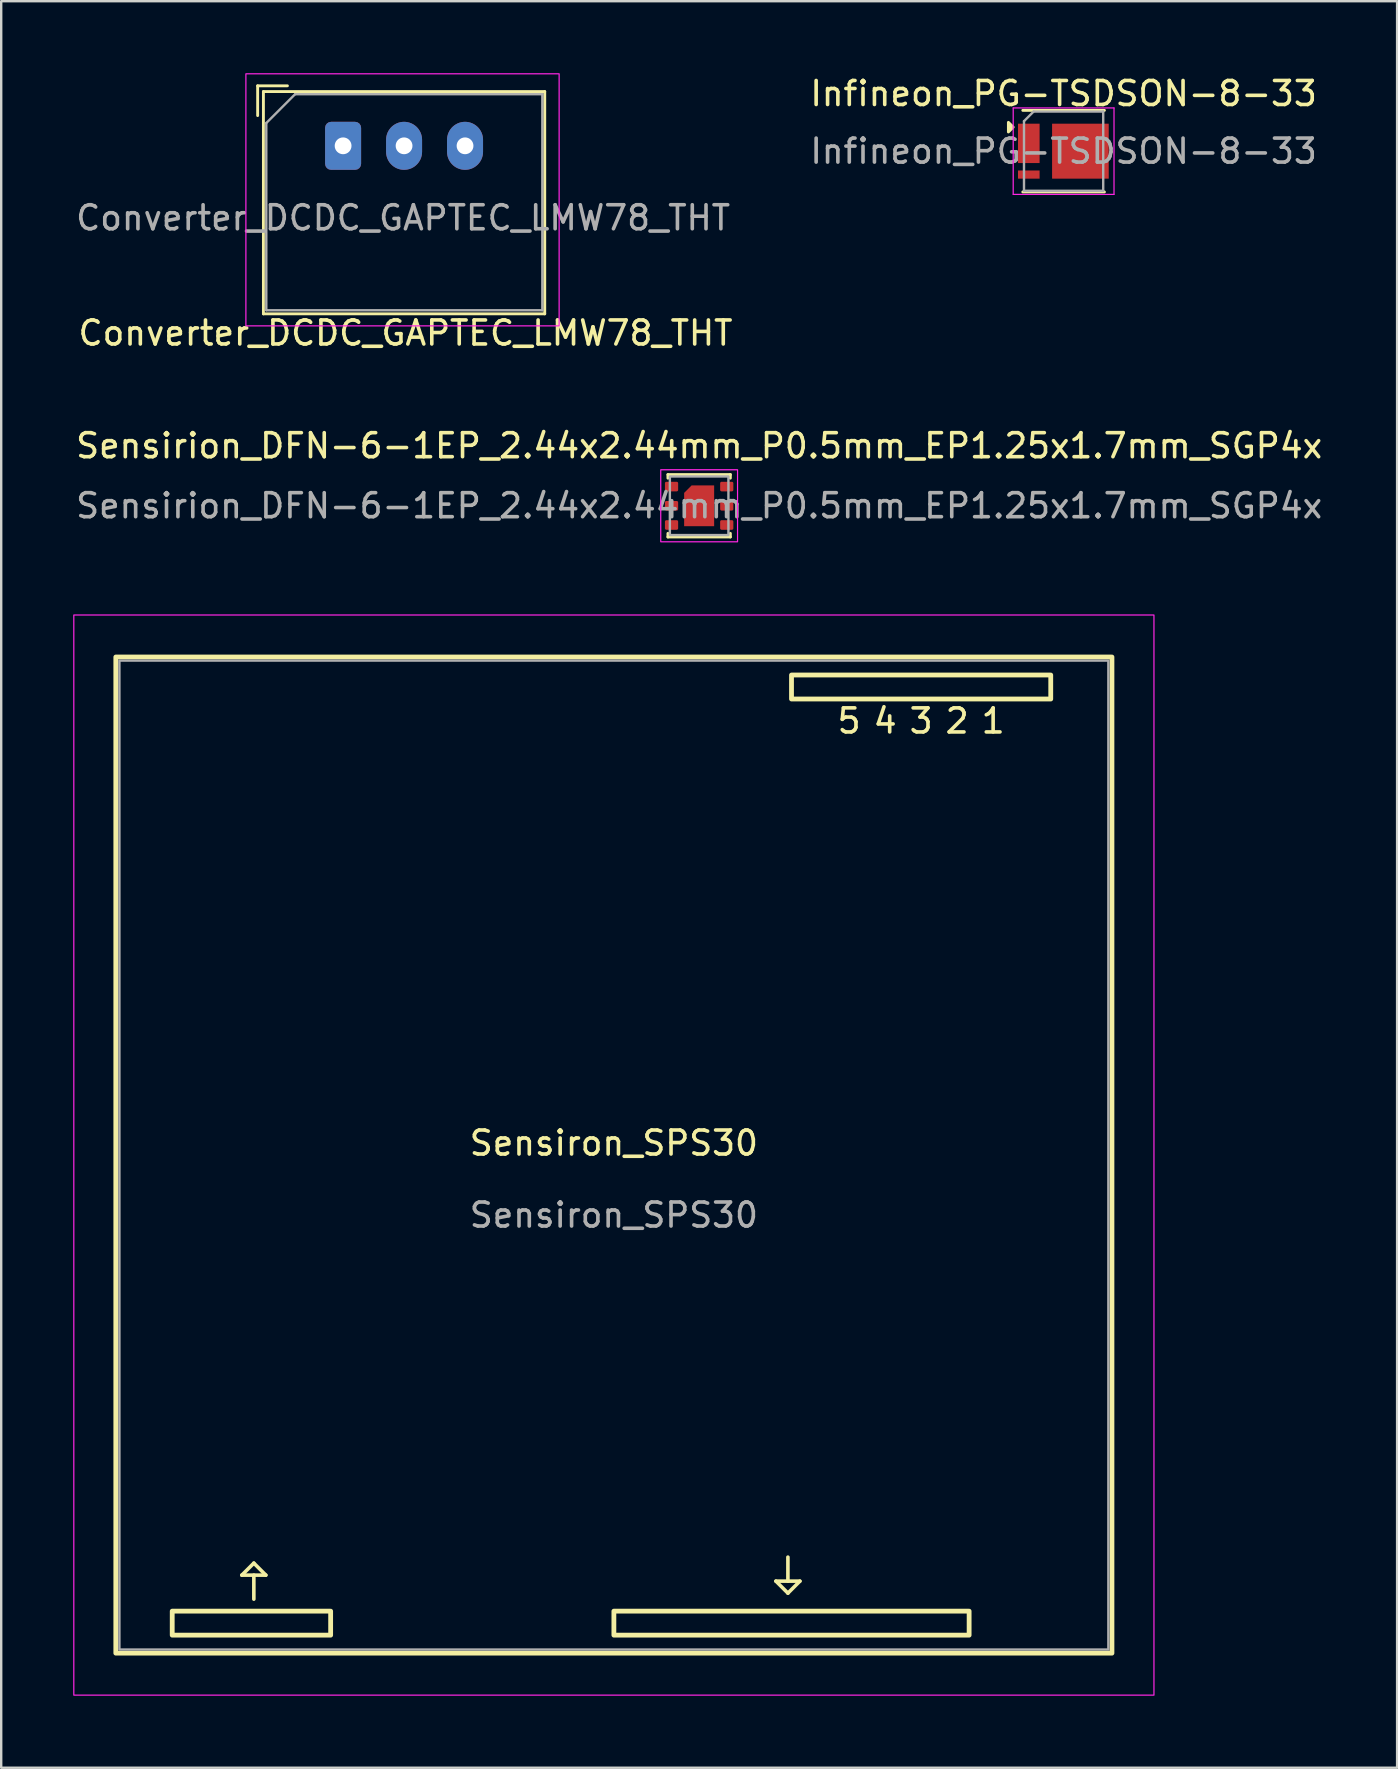
<source format=kicad_pcb>
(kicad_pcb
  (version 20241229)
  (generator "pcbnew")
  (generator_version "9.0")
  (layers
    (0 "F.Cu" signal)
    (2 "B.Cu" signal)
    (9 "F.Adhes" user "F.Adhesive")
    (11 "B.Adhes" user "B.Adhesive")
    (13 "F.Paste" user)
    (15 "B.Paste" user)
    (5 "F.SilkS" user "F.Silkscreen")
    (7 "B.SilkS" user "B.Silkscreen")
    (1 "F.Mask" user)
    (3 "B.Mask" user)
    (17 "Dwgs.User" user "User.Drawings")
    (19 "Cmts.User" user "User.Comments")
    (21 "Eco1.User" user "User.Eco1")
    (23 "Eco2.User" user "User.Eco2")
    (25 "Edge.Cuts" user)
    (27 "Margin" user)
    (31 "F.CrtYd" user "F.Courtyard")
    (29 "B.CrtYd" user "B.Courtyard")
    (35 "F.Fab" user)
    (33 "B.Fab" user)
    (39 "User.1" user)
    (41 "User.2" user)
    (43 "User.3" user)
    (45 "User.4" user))
  (footprint "Infineon_PG-TSDSON-8-33"
    (layer "F.Cu")
    (at 41.261 3.248)
    (property "Reference" "Infineon_PG-TSDSON-8-33" (at 0 -2.4 0) (layer "F.SilkS") (effects (font (size 1 1) (thickness 0.15))))
    (attr smd)
    (fp_line (start 1.7 -1.7) (end -1.7 -1.7) (stroke (width 0.12) (type solid)) (layer "F.SilkS"))
    (fp_line (start 1.7 1.7) (end -1.7 1.7) (stroke (width 0.12) (type solid)) (layer "F.SilkS"))
    (fp_poly (pts (xy -2.1 -1) (xy -2.3 -0.8) (xy -2.3 -1.2) (xy -2.1 -1)) (stroke (width 0.12) (type solid)) (fill yes) (layer "F.SilkS"))
    (fp_line (start -2.1 -1.8) (end 2.1 -1.8) (stroke (width 0.05) (type solid)) (layer "F.CrtYd"))
    (fp_line (start -2.1 1.8) (end -2.1 -1.8) (stroke (width 0.05) (type solid)) (layer "F.CrtYd"))
    (fp_line (start 2.1 -1.8) (end 2.1 1.8) (stroke (width 0.05) (type solid)) (layer "F.CrtYd"))
    (fp_line (start 2.1 1.8) (end -2.1 1.8) (stroke (width 0.05) (type solid)) (layer "F.CrtYd"))
    (fp_line (start -1.65 -1.25) (end -1.65 1.65) (stroke (width 0.1) (type solid)) (layer "F.Fab"))
    (fp_line (start -1.25 -1.65) (end -1.65 -1.25) (stroke (width 0.1) (type solid)) (layer "F.Fab"))
    (fp_line (start -1.25 -1.65) (end 1.65 -1.65) (stroke (width 0.1) (type solid)) (layer "F.Fab"))
    (fp_line (start 1.65 -1.65) (end 1.65 1.65) (stroke (width 0.1) (type solid)) (layer "F.Fab"))
    (fp_line (start 1.65 1.65) (end -1.65 1.65) (stroke (width 0.1) (type solid)) (layer "F.Fab"))
    (fp_text user "${REFERENCE}" (at 0 0 0) (layer "F.Fab") (effects (font (size 1 1) (thickness 0.15))))
    (pad "" smd roundrect (at -1.695 -0.975) (size 0.3 0.24) (layers "F.Paste") (roundrect_rratio 0.208))
    (pad "" smd roundrect (at -1.695 -0.325) (size 0.3 0.24) (layers "F.Paste") (roundrect_rratio 0.208))
    (pad "" smd roundrect (at -1.695 0.325) (size 0.3 0.24) (layers "F.Paste") (roundrect_rratio 0.208))
    (pad "" smd roundrect (at -1.45 0.975) (size 0.7 0.24) (layers "F.Paste") (roundrect_rratio 0.208))
    (pad "" smd roundrect (at -1.22 -0.76) (size 0.35 0.67) (layers "F.Paste") (roundrect_rratio 0.143))
    (pad "" smd roundrect (at -1.22 0.11) (size 0.35 0.67) (layers "F.Paste") (roundrect_rratio 0.143))
    (pad "" smd roundrect (at 0.35 -0.975) (size 1.4 0.24) (layers "F.Paste") (roundrect_rratio 0.208))
    (pad "" smd roundrect (at 0.35 0) (size 1.4 1.09) (layers "F.Paste") (roundrect_rratio 0.046))
    (pad "" smd roundrect (at 0.35 0.975) (size 1.4 0.24) (layers "F.Paste") (roundrect_rratio 0.208))
    (pad "" smd roundrect (at 1.55 -0.975) (size 0.6 0.24) (layers "F.Paste") (roundrect_rratio 0.208))
    (pad "" smd roundrect (at 1.55 -0.325) (size 0.6 0.24) (layers "F.Paste") (roundrect_rratio 0.208))
    (pad "" smd roundrect (at 1.55 0.325) (size 0.6 0.24) (layers "F.Paste") (roundrect_rratio 0.208))
    (pad "" smd roundrect (at 1.55 0.975) (size 0.6 0.24) (layers "F.Paste") (roundrect_rratio 0.208))
    (pad "1" smd rect (at -1.45 -0.325) (size 0.9 1.64) (layers "F.Cu" "F.Mask"))
    (pad "2" smd rect (at -1.45 0.975) (size 0.9 0.34) (layers "F.Cu" "F.Mask"))
    (pad "3" smd rect (at 0.7 0) (size 2.36 2.29) (layers "F.Cu" "F.Mask")))
  (footprint "Sensiron_SPS30"
    (layer "F.Cu")
    (at 22.525 45.072)
    (property "Reference" "Sensiron_SPS30" (at 0 -0.5 0) (unlocked yes) (layer "F.SilkS") (effects (font (size 1 1) (thickness 0.15))))
    (attr smd)
    (fp_line (start -15.5 17.5) (end -14.5 17.5) (stroke (width 0.15) (type default)) (layer "F.SilkS"))
    (fp_line (start -15 17) (end -15.5 17.5) (stroke (width 0.15) (type default)) (layer "F.SilkS"))
    (fp_line (start -15 18.5) (end -15 17.5) (stroke (width 0.15) (type default)) (layer "F.SilkS"))
    (fp_line (start -14.5 17.5) (end -15 17) (stroke (width 0.15) (type default)) (layer "F.SilkS"))
    (fp_line (start 6.75 17.75) (end 7.25 18.25) (stroke (width 0.15) (type default)) (layer "F.SilkS"))
    (fp_line (start 7.25 16.75) (end 7.25 17.75) (stroke (width 0.15) (type default)) (layer "F.SilkS"))
    (fp_line (start 7.25 18.25) (end 7.75 17.75) (stroke (width 0.15) (type default)) (layer "F.SilkS"))
    (fp_line (start 7.75 17.75) (end 6.75 17.75) (stroke (width 0.15) (type default)) (layer "F.SilkS"))
    (fp_rect (start -20.75 20.75) (end 20.75 -20.75) (stroke (width 0.2) (type solid)) (fill no) (layer "F.SilkS"))
    (fp_rect (start -18.4 20) (end -11.8 19) (stroke (width 0.2) (type solid)) (fill no) (layer "F.SilkS"))
    (fp_rect (start 0 20) (end 14.8 19) (stroke (width 0.2) (type solid)) (fill no) (layer "F.SilkS"))
    (fp_rect (start 7.4 -19) (end 18.2 -20) (stroke (width 0.2) (type solid)) (fill no) (layer "F.SilkS"))
    (fp_rect (start -22.5 22.5) (end 22.5 -22.5) (stroke (width 0.05) (type solid)) (fill no) (layer "F.CrtYd"))
    (fp_rect (start -20.6 20.6) (end 20.6 -20.6) (stroke (width 0.1) (type solid)) (fill no) (layer "F.Fab"))
    (fp_text user "1" (at 15.8 -17.5 0) (unlocked yes) (layer "F.SilkS") (effects (font (size 1 1) (thickness 0.15)) (justify bottom)))
    (fp_text user "4" (at 11.3 -17.5 0) (unlocked yes) (layer "F.SilkS") (effects (font (size 1 1) (thickness 0.15)) (justify bottom)))
    (fp_text user "3" (at 12.8 -17.5 0) (unlocked yes) (layer "F.SilkS") (effects (font (size 1 1) (thickness 0.15)) (justify bottom)))
    (fp_text user "2" (at 14.3 -17.5 0) (unlocked yes) (layer "F.SilkS") (effects (font (size 1 1) (thickness 0.15)) (justify bottom)))
    (fp_text user "5" (at 9.8 -17.5 0) (unlocked yes) (layer "F.SilkS") (effects (font (size 1 1) (thickness 0.15)) (justify bottom)))
    (fp_text user "${REFERENCE}" (at 0 2.5 0) (unlocked yes) (layer "F.Fab") (effects (font (size 1 1) (thickness 0.15)))))
  (footprint "Converter_DCDC_GAPTEC_LMW78_THT"
    (layer "F.Cu")
    (at 11.244 3.025)
    (property "Reference" "Converter_DCDC_GAPTEC_LMW78_THT" (at 2.6 7.8 0) (layer "F.SilkS") (effects (font (size 1 1) (thickness 0.15))))
    (attr through_hole)
    (fp_line (start -3.56 -2.5) (end -2.32 -2.5) (stroke (width 0.12) (type solid)) (layer "F.SilkS"))
    (fp_line (start -3.56 -1.26) (end -3.56 -2.5) (stroke (width 0.12) (type solid)) (layer "F.SilkS"))
    (fp_line (start -3.32 -2.26) (end -3.32 7) (stroke (width 0.12) (type solid)) (layer "F.SilkS"))
    (fp_line (start -3.32 7) (end 8.4 7) (stroke (width 0.12) (type solid)) (layer "F.SilkS"))
    (fp_line (start 8.4 -2.26) (end -3.32 -2.26) (stroke (width 0.12) (type solid)) (layer "F.SilkS"))
    (fp_line (start 8.4 7) (end 8.4 -2.26) (stroke (width 0.12) (type solid)) (layer "F.SilkS"))
    (fp_rect (start -4.05 -3) (end 9 7.5) (stroke (width 0.05) (type solid)) (fill no) (layer "F.CrtYd"))
    (fp_line (start -3.2 -0.95) (end -3.2 6.85) (stroke (width 0.1) (type solid)) (layer "F.Fab"))
    (fp_line (start -3.2 6.85) (end 8.3 6.85) (stroke (width 0.1) (type solid)) (layer "F.Fab"))
    (fp_line (start -2 -2.15) (end -3.2 -0.95) (stroke (width 0.1) (type solid)) (layer "F.Fab"))
    (fp_line (start 8.3 -2.15) (end -2 -2.15) (stroke (width 0.1) (type solid)) (layer "F.Fab"))
    (fp_line (start 8.3 6.85) (end 8.3 -2.15) (stroke (width 0.1) (type solid)) (layer "F.Fab"))
    (fp_text user "${REFERENCE}" (at 2.5 3 0) (layer "F.Fab") (effects (font (size 1 1) (thickness 0.15))))
    (pad "1" thru_hole roundrect (at 0 0) (size 1.5 2) (drill 0.7) (layers "*.Cu" "*.Mask") (roundrect_rratio 0.167))
    (pad "2" thru_hole oval (at 2.54 0) (size 1.5 2) (drill 0.7) (layers "*.Cu" "*.Mask"))
    (pad "3" thru_hole oval (at 5.08 0) (size 1.5 2) (drill 0.7) (layers "*.Cu" "*.Mask")))
  (footprint "Sensirion_DFN-6-1EP_2.44x2.44mm_P0.5mm_EP1.25x1.7mm_SGP4x"
    (layer "F.Cu")
    (at 26.077 18.021)
    (property "Reference" "Sensirion_DFN-6-1EP_2.44x2.44mm_P0.5mm_EP1.25x1.7mm_SGP4x" (at 0 -2.5 0) (unlocked yes) (layer "F.SilkS") (effects (font (size 1 1) (thickness 0.15))))
    (attr smd)
    (fp_line (start -1.3 -1.3) (end 1.3 -1.3) (stroke (width 0.12) (type default)) (layer "F.SilkS"))
    (fp_line (start -1.3 -1.15) (end -1.3 -1.3) (stroke (width 0.12) (type default)) (layer "F.SilkS"))
    (fp_line (start -1.3 1.15) (end -1.3 1.3) (stroke (width 0.12) (type default)) (layer "F.SilkS"))
    (fp_line (start -1.3 1.3) (end 1.3 1.3) (stroke (width 0.12) (type default)) (layer "F.SilkS"))
    (fp_line (start 1.3 -1.3) (end 1.3 -1.15) (stroke (width 0.12) (type default)) (layer "F.SilkS"))
    (fp_line (start 1.3 1.3) (end 1.3 1.15) (stroke (width 0.12) (type default)) (layer "F.SilkS"))
    (fp_poly (pts (xy -0.5 0.725) (xy 0.5 0.725) (xy 0.5 -0.725) (xy -0.25 -0.725) (xy -0.5 -0.475)) (stroke (width 0.05) (type solid)) (fill yes) (layer "F.Paste"))
    (fp_rect (start -1.6 1.5) (end 1.6 -1.5) (stroke (width 0.05) (type solid)) (fill no) (layer "F.CrtYd"))
    (fp_rect (start -1.22 1.22) (end 1.22 -1.22) (stroke (width 0.1) (type solid)) (fill no) (layer "F.Fab"))
    (fp_text user "${REFERENCE}" (at 0 0 0) (unlocked yes) (layer "F.Fab") (effects (font (size 1 1) (thickness 0.15))))
    (pad "1" smd roundrect (at -1.15 -0.8) (size 0.55 0.4) (layers "F.Cu" "F.Mask" "F.Paste") (roundrect_rratio 0.15))
    (pad "2" smd roundrect (at -1.15 0) (size 0.55 0.4) (layers "F.Cu" "F.Mask" "F.Paste") (roundrect_rratio 0.15))
    (pad "3" smd roundrect (at -1.15 0.8) (size 0.55 0.4) (layers "F.Cu" "F.Mask" "F.Paste") (roundrect_rratio 0.15))
    (pad "4" smd roundrect (at 1.15 0.8) (size 0.55 0.4) (layers "F.Cu" "F.Mask" "F.Paste") (roundrect_rratio 0.15))
    (pad "5" smd roundrect (at 1.15 0) (size 0.55 0.4) (layers "F.Cu" "F.Mask" "F.Paste") (roundrect_rratio 0.15))
    (pad "6" smd roundrect (at 1.15 -0.8) (size 0.55 0.4) (layers "F.Cu" "F.Mask" "F.Paste") (roundrect_rratio 0.15))
    (pad "7" smd roundrect (at 0 0) (size 1.25 1.7) (property pad_prop_heatsink) (layers "F.Cu" "F.Mask") (roundrect_rratio 0) (chamfer_ratio 0.25) (chamfer top_left)))
  (gr_rect
    (start -3 -3)
    (end 55.155 70.597)
    (stroke (width 0.1) (type default))
    (fill no)
    (layer "Edge.Cuts")))
</source>
